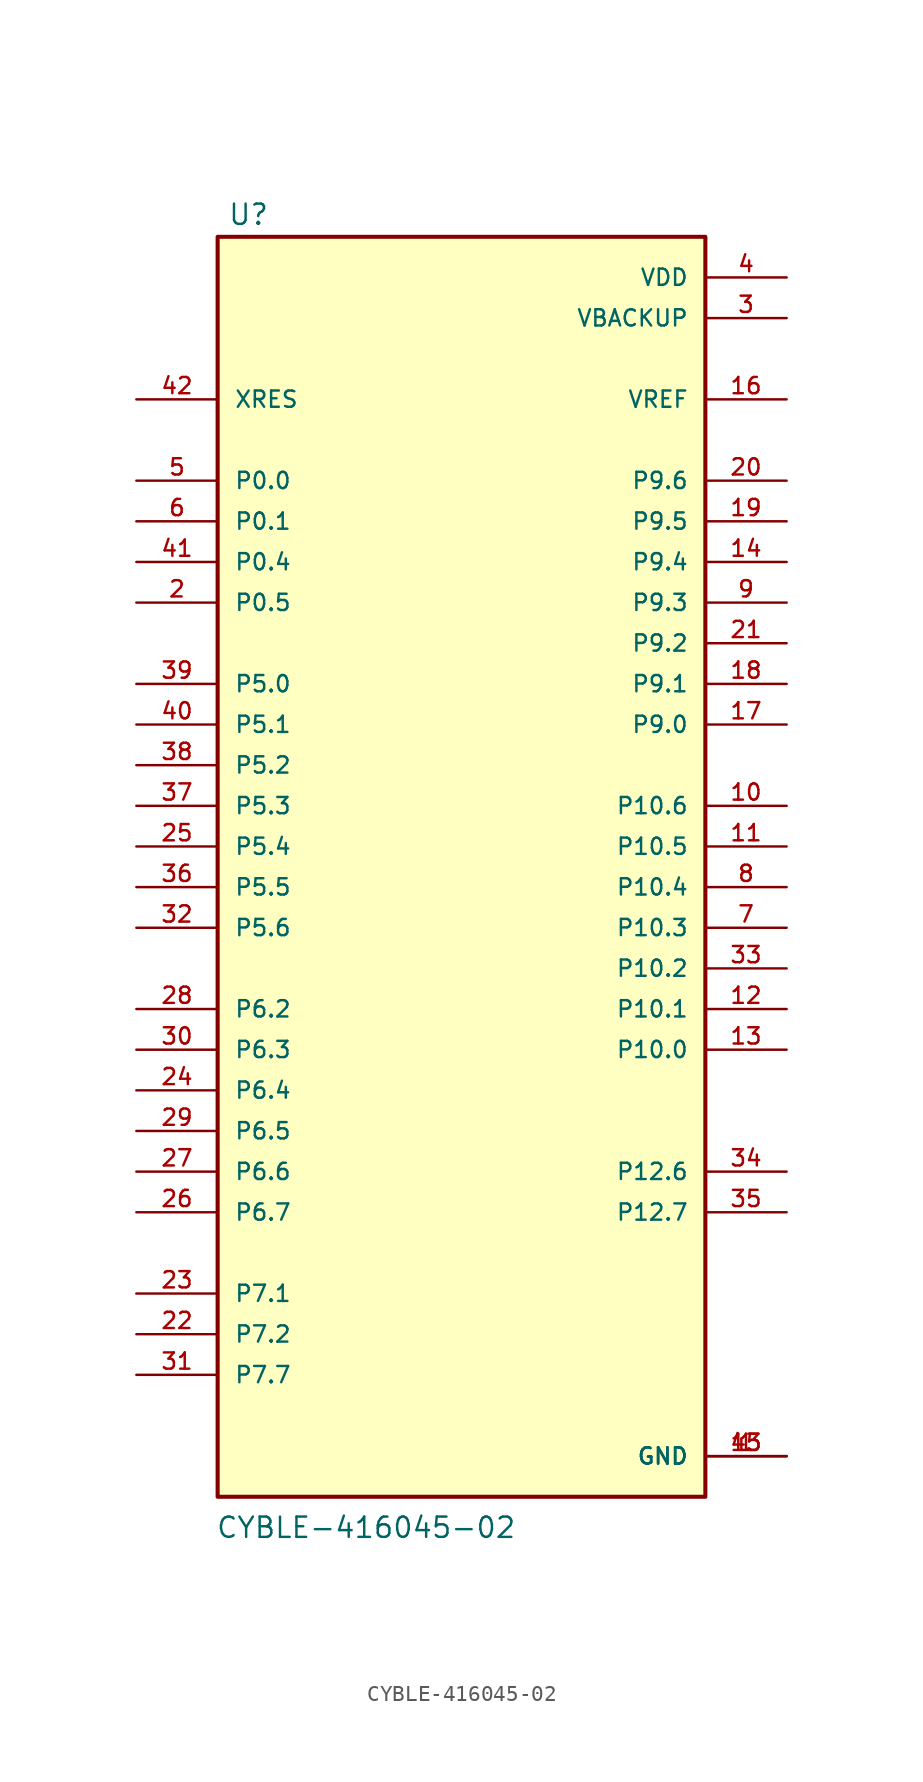
<source format=kicad_sym>
(kicad_symbol_lib
  (version 20211014)
  (generator kicad_symbol_editor)
  (symbol "CYBLE-416045-02"
    (pin_names
      (offset 1.016))
    (property "Reference" "U"
      (at -14.62 38.744 0)
      (effects (font (size 1.27 1.27)) (justify bottom left)))
    (property "Value" "CYBLE-416045-02"
      (at -15.373 -43.31 0)
      (effects (font (size 1.27 1.27)) (justify bottom left)))
    (symbol "CYBLE-416045-02_0_0"
      (rectangle (start -15.24 -40.64) (end 15.24 38.1) (stroke (width 0.254)) (fill (type background)))
      (pin bidirectional line (at -20.32 22.86 0) (length 5.08) (name "P0.0" (effects (font (size 1.016 1.016)))) (number "5" (effects (font (size 1.016 1.016)))))
      (pin bidirectional line (at -20.32 20.32 0) (length 5.08) (name "P0.1" (effects (font (size 1.016 1.016)))) (number "6" (effects (font (size 1.016 1.016)))))
      (pin bidirectional line (at -20.32 17.78 0) (length 5.08) (name "P0.4" (effects (font (size 1.016 1.016)))) (number "41" (effects (font (size 1.016 1.016)))))
      (pin bidirectional line (at -20.32 15.24 0) (length 5.08) (name "P0.5" (effects (font (size 1.016 1.016)))) (number "2" (effects (font (size 1.016 1.016)))))
      (pin bidirectional line (at 20.32 -12.7 180.0) (length 5.08) (name "P10.0" (effects (font (size 1.016 1.016)))) (number "13" (effects (font (size 1.016 1.016)))))
      (pin bidirectional line (at 20.32 -10.16 180.0) (length 5.08) (name "P10.1" (effects (font (size 1.016 1.016)))) (number "12" (effects (font (size 1.016 1.016)))))
      (pin bidirectional line (at 20.32 -7.62 180.0) (length 5.08) (name "P10.2" (effects (font (size 1.016 1.016)))) (number "33" (effects (font (size 1.016 1.016)))))
      (pin bidirectional line (at 20.32 -5.08 180.0) (length 5.08) (name "P10.3" (effects (font (size 1.016 1.016)))) (number "7" (effects (font (size 1.016 1.016)))))
      (pin bidirectional line (at 20.32 -2.54 180.0) (length 5.08) (name "P10.4" (effects (font (size 1.016 1.016)))) (number "8" (effects (font (size 1.016 1.016)))))
      (pin bidirectional line (at 20.32 0.0 180.0) (length 5.08) (name "P10.5" (effects (font (size 1.016 1.016)))) (number "11" (effects (font (size 1.016 1.016)))))
      (pin bidirectional line (at 20.32 7.62 180.0) (length 5.08) (name "P9.0" (effects (font (size 1.016 1.016)))) (number "17" (effects (font (size 1.016 1.016)))))
      (pin bidirectional line (at 20.32 10.16 180.0) (length 5.08) (name "P9.1" (effects (font (size 1.016 1.016)))) (number "18" (effects (font (size 1.016 1.016)))))
      (pin bidirectional line (at 20.32 12.7 180.0) (length 5.08) (name "P9.2" (effects (font (size 1.016 1.016)))) (number "21" (effects (font (size 1.016 1.016)))))
      (pin bidirectional line (at 20.32 15.24 180.0) (length 5.08) (name "P9.3" (effects (font (size 1.016 1.016)))) (number "9" (effects (font (size 1.016 1.016)))))
      (pin bidirectional line (at 20.32 17.78 180.0) (length 5.08) (name "P9.4" (effects (font (size 1.016 1.016)))) (number "14" (effects (font (size 1.016 1.016)))))
      (pin bidirectional line (at 20.32 20.32 180.0) (length 5.08) (name "P9.5" (effects (font (size 1.016 1.016)))) (number "19" (effects (font (size 1.016 1.016)))))
      (pin bidirectional line (at 20.32 22.86 180.0) (length 5.08) (name "P9.6" (effects (font (size 1.016 1.016)))) (number "20" (effects (font (size 1.016 1.016)))))
      (pin bidirectional line (at -20.32 10.16 0) (length 5.08) (name "P5.0" (effects (font (size 1.016 1.016)))) (number "39" (effects (font (size 1.016 1.016)))))
      (pin bidirectional line (at -20.32 7.62 0) (length 5.08) (name "P5.1" (effects (font (size 1.016 1.016)))) (number "40" (effects (font (size 1.016 1.016)))))
      (pin bidirectional line (at -20.32 5.08 0) (length 5.08) (name "P5.2" (effects (font (size 1.016 1.016)))) (number "38" (effects (font (size 1.016 1.016)))))
      (pin bidirectional line (at -20.32 2.54 0) (length 5.08) (name "P5.3" (effects (font (size 1.016 1.016)))) (number "37" (effects (font (size 1.016 1.016)))))
      (pin bidirectional line (at -20.32 0.0 0) (length 5.08) (name "P5.4" (effects (font (size 1.016 1.016)))) (number "25" (effects (font (size 1.016 1.016)))))
      (pin bidirectional line (at -20.32 -2.54 0) (length 5.08) (name "P5.5" (effects (font (size 1.016 1.016)))) (number "36" (effects (font (size 1.016 1.016)))))
      (pin bidirectional line (at -20.32 -10.16 0) (length 5.08) (name "P6.2" (effects (font (size 1.016 1.016)))) (number "28" (effects (font (size 1.016 1.016)))))
      (pin bidirectional line (at -20.32 -12.7 0) (length 5.08) (name "P6.3" (effects (font (size 1.016 1.016)))) (number "30" (effects (font (size 1.016 1.016)))))
      (pin bidirectional line (at -20.32 -15.24 0) (length 5.08) (name "P6.4" (effects (font (size 1.016 1.016)))) (number "24" (effects (font (size 1.016 1.016)))))
      (pin bidirectional line (at -20.32 -17.78 0) (length 5.08) (name "P6.5" (effects (font (size 1.016 1.016)))) (number "29" (effects (font (size 1.016 1.016)))))
      (pin bidirectional line (at -20.32 -20.32 0) (length 5.08) (name "P6.6" (effects (font (size 1.016 1.016)))) (number "27" (effects (font (size 1.016 1.016)))))
      (pin power_in line (at 20.32 33.02 180.0) (length 5.08) (name "VBACKUP" (effects (font (size 1.016 1.016)))) (number "3" (effects (font (size 1.016 1.016)))))
      (pin power_in line (at 20.32 35.56 180.0) (length 5.08) (name "VDD" (effects (font (size 1.016 1.016)))) (number "4" (effects (font (size 1.016 1.016)))))
      (pin bidirectional line (at 20.32 27.94 180.0) (length 5.08) (name "VREF" (effects (font (size 1.016 1.016)))) (number "16" (effects (font (size 1.016 1.016)))))
      (pin power_in line (at 20.32 -38.1 180.0) (length 5.08) (name "GND" (effects (font (size 1.016 1.016)))) (number "1" (effects (font (size 1.016 1.016)))))
      (pin power_in line (at 20.32 -38.1 180.0) (length 5.08) (name "GND" (effects (font (size 1.016 1.016)))) (number "15" (effects (font (size 1.016 1.016)))))
      (pin power_in line (at 20.32 -38.1 180.0) (length 5.08) (name "GND" (effects (font (size 1.016 1.016)))) (number "43" (effects (font (size 1.016 1.016)))))
      (pin input line (at -20.32 27.94 0) (length 5.08) (name "XRES" (effects (font (size 1.016 1.016)))) (number "42" (effects (font (size 1.016 1.016)))))
      (pin bidirectional line (at 20.32 2.54 180.0) (length 5.08) (name "P10.6" (effects (font (size 1.016 1.016)))) (number "10" (effects (font (size 1.016 1.016)))))
      (pin bidirectional line (at -20.32 -27.94 0) (length 5.08) (name "P7.1" (effects (font (size 1.016 1.016)))) (number "23" (effects (font (size 1.016 1.016)))))
      (pin bidirectional line (at -20.32 -30.48 0) (length 5.08) (name "P7.2" (effects (font (size 1.016 1.016)))) (number "22" (effects (font (size 1.016 1.016)))))
      (pin bidirectional line (at 20.32 -20.32 180.0) (length 5.08) (name "P12.6" (effects (font (size 1.016 1.016)))) (number "34" (effects (font (size 1.016 1.016)))))
      (pin bidirectional line (at 20.32 -22.86 180.0) (length 5.08) (name "P12.7" (effects (font (size 1.016 1.016)))) (number "35" (effects (font (size 1.016 1.016)))))
      (pin bidirectional line (at -20.32 -33.02 0) (length 5.08) (name "P7.7" (effects (font (size 1.016 1.016)))) (number "31" (effects (font (size 1.016 1.016)))))
      (pin bidirectional line (at -20.32 -22.86 0) (length 5.08) (name "P6.7" (effects (font (size 1.016 1.016)))) (number "26" (effects (font (size 1.016 1.016)))))
      (pin bidirectional line (at -20.32 -5.08 0) (length 5.08) (name "P5.6" (effects (font (size 1.016 1.016)))) (number "32" (effects (font (size 1.016 1.016))))))))
</source>
